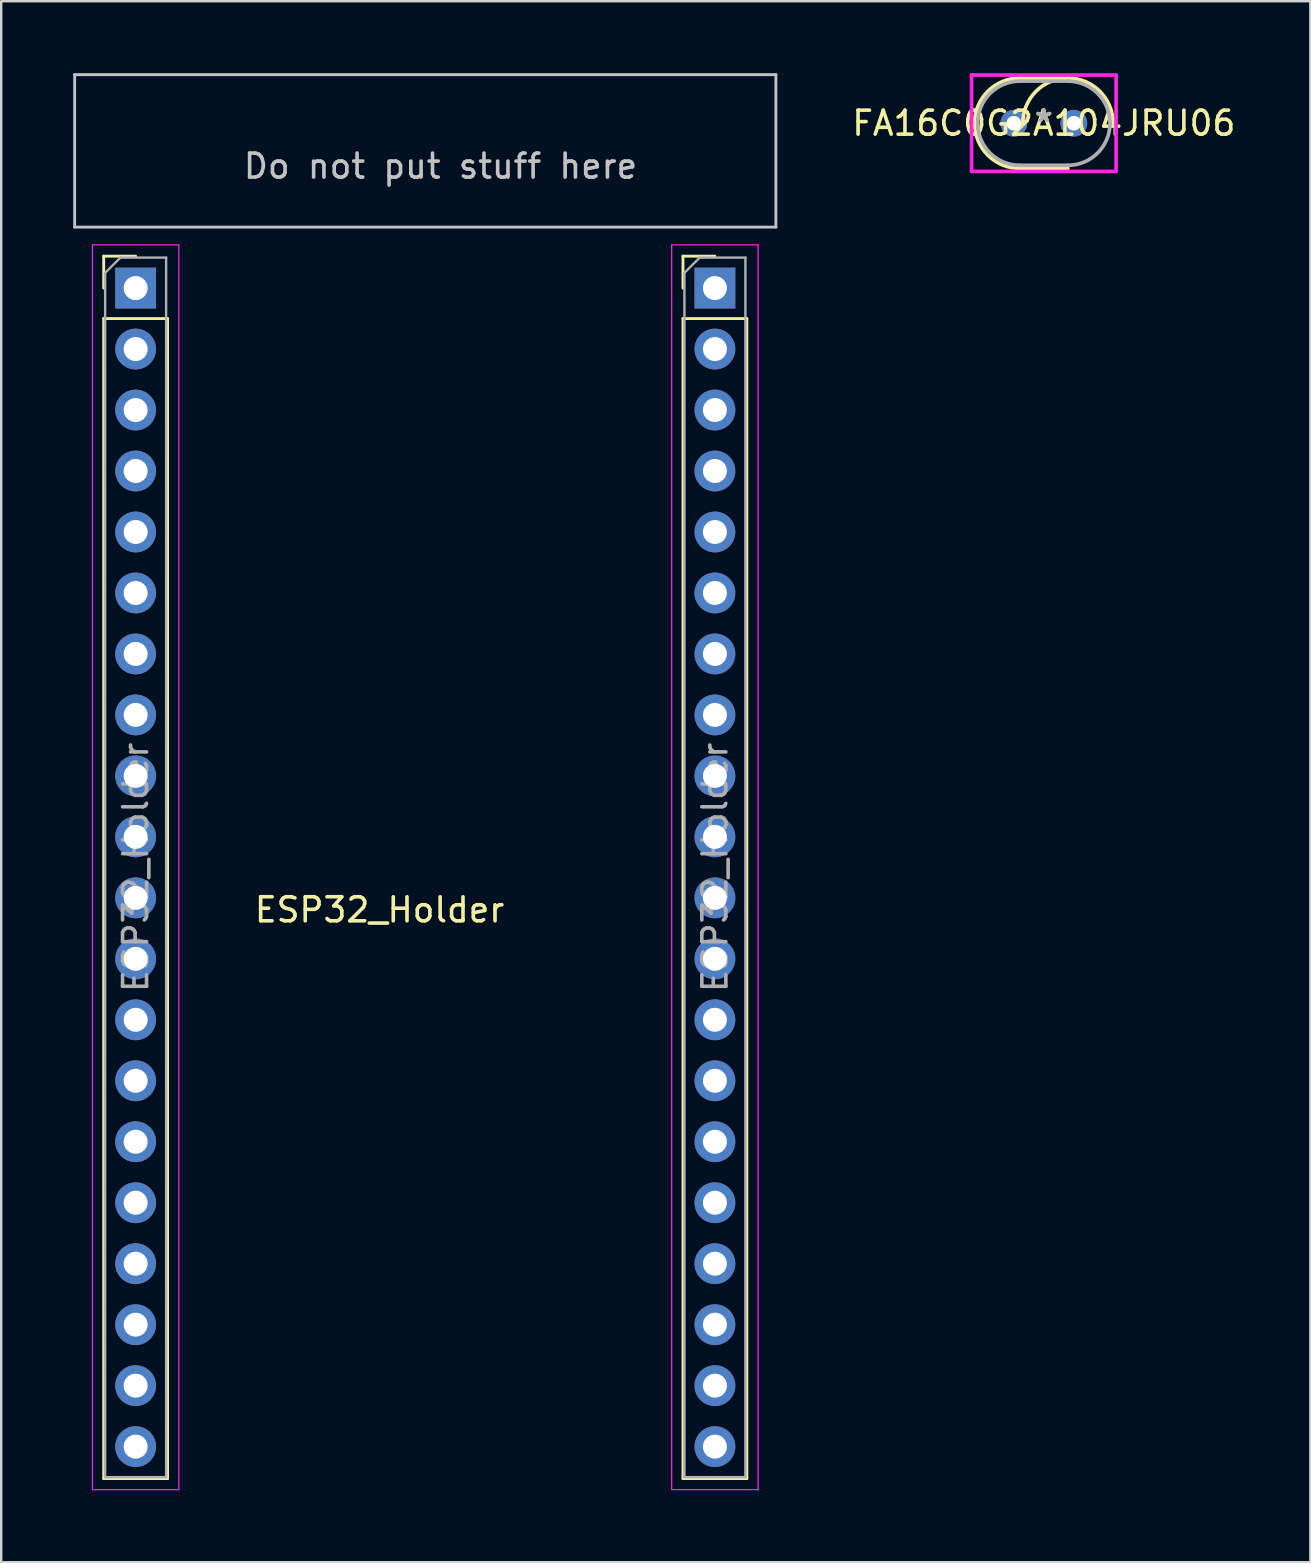
<source format=kicad_pcb>
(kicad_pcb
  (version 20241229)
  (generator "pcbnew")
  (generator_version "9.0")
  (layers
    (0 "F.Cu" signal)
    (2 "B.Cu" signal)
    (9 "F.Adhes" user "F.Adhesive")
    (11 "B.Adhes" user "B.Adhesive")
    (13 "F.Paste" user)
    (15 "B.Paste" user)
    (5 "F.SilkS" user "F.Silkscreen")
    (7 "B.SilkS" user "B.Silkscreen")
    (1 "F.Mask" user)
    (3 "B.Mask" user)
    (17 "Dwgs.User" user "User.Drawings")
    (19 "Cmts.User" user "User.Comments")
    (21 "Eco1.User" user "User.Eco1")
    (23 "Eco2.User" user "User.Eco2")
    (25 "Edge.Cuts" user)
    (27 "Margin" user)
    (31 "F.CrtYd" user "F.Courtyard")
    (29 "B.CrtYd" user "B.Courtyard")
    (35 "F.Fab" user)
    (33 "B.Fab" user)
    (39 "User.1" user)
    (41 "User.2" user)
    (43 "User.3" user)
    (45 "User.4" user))
  (footprint "ESP32_Holder"
    (layer "F.Cu")
    (at 15.3 34.35)
    (property "Reference" "ESP32_Holder" (at -2.54 0.5 0) (layer "F.SilkS") (effects (font (size 1 1) (thickness 0.15))))
    (attr through_hole)
    (fp_line (start -14.03 -26.73) (end -12.7 -26.73) (stroke (width 0.12) (type solid)) (layer "F.SilkS"))
    (fp_line (start -14.03 -25.4) (end -14.03 -26.73) (stroke (width 0.12) (type solid)) (layer "F.SilkS"))
    (fp_line (start -14.03 -24.13) (end -14.03 24.19) (stroke (width 0.12) (type solid)) (layer "F.SilkS"))
    (fp_line (start -14.03 -24.13) (end -11.37 -24.13) (stroke (width 0.12) (type solid)) (layer "F.SilkS"))
    (fp_line (start -14.03 24.19) (end -11.37 24.19) (stroke (width 0.12) (type solid)) (layer "F.SilkS"))
    (fp_line (start -11.37 -24.13) (end -11.37 24.19) (stroke (width 0.12) (type solid)) (layer "F.SilkS"))
    (fp_line (start 10.1 -26.73) (end 11.43 -26.73) (stroke (width 0.12) (type solid)) (layer "F.SilkS"))
    (fp_line (start 10.1 -25.4) (end 10.1 -26.73) (stroke (width 0.12) (type solid)) (layer "F.SilkS"))
    (fp_line (start 10.1 -24.13) (end 10.1 24.19) (stroke (width 0.12) (type solid)) (layer "F.SilkS"))
    (fp_line (start 10.1 -24.13) (end 12.76 -24.13) (stroke (width 0.12) (type solid)) (layer "F.SilkS"))
    (fp_line (start 10.1 24.19) (end 12.76 24.19) (stroke (width 0.12) (type solid)) (layer "F.SilkS"))
    (fp_line (start 12.76 -24.13) (end 12.76 24.19) (stroke (width 0.12) (type solid)) (layer "F.SilkS"))
    (fp_line (start -15.24 -34.29) (end 13.97 -34.29) (stroke (width 0.12) (type solid)) (layer "Dwgs.User"))
    (fp_line (start -15.24 -27.94) (end -15.24 -34.29) (stroke (width 0.12) (type solid)) (layer "Dwgs.User"))
    (fp_line (start 13.97 -34.29) (end 13.97 -27.94) (stroke (width 0.12) (type solid)) (layer "Dwgs.User"))
    (fp_line (start 13.97 -27.94) (end -15.24 -27.94) (stroke (width 0.12) (type solid)) (layer "Dwgs.User"))
    (fp_line (start -14.5 -27.2) (end -14.5 24.65) (stroke (width 0.05) (type solid)) (layer "F.CrtYd"))
    (fp_line (start -14.5 24.65) (end -10.9 24.65) (stroke (width 0.05) (type solid)) (layer "F.CrtYd"))
    (fp_line (start -10.9 -27.2) (end -14.5 -27.2) (stroke (width 0.05) (type solid)) (layer "F.CrtYd"))
    (fp_line (start -10.9 24.65) (end -10.9 -27.2) (stroke (width 0.05) (type solid)) (layer "F.CrtYd"))
    (fp_line (start 9.63 -27.2) (end 9.63 24.65) (stroke (width 0.05) (type solid)) (layer "F.CrtYd"))
    (fp_line (start 9.63 24.65) (end 13.23 24.65) (stroke (width 0.05) (type solid)) (layer "F.CrtYd"))
    (fp_line (start 13.23 -27.2) (end 9.63 -27.2) (stroke (width 0.05) (type solid)) (layer "F.CrtYd"))
    (fp_line (start 13.23 24.65) (end 13.23 -27.2) (stroke (width 0.05) (type solid)) (layer "F.CrtYd"))
    (fp_line (start -13.97 -26.035) (end -13.335 -26.67) (stroke (width 0.1) (type solid)) (layer "F.Fab"))
    (fp_line (start -13.97 24.13) (end -13.97 -26.035) (stroke (width 0.1) (type solid)) (layer "F.Fab"))
    (fp_line (start -13.335 -26.67) (end -11.43 -26.67) (stroke (width 0.1) (type solid)) (layer "F.Fab"))
    (fp_line (start -11.43 -26.67) (end -11.43 24.13) (stroke (width 0.1) (type solid)) (layer "F.Fab"))
    (fp_line (start -11.43 24.13) (end -13.97 24.13) (stroke (width 0.1) (type solid)) (layer "F.Fab"))
    (fp_line (start 10.16 -26.035) (end 10.795 -26.67) (stroke (width 0.1) (type solid)) (layer "F.Fab"))
    (fp_line (start 10.16 24.13) (end 10.16 -26.035) (stroke (width 0.1) (type solid)) (layer "F.Fab"))
    (fp_line (start 10.795 -26.67) (end 12.7 -26.67) (stroke (width 0.1) (type solid)) (layer "F.Fab"))
    (fp_line (start 12.7 -26.67) (end 12.7 24.13) (stroke (width 0.1) (type solid)) (layer "F.Fab"))
    (fp_line (start 12.7 24.13) (end 10.16 24.13) (stroke (width 0.1) (type solid)) (layer "F.Fab"))
    (fp_text user "Do not put stuff here" (at 0 -30.48 0) (layer "Dwgs.User") (effects (font (size 1 1) (thickness 0.15))))
    (fp_text user "${REFERENCE}" (at -12.7 -1.27 90) (layer "F.Fab") (effects (font (size 1 1) (thickness 0.15))))
    (fp_text user "${REFERENCE}" (at 11.43 -1.27 90) (layer "F.Fab") (effects (font (size 1 1) (thickness 0.15))))
    (pad "1" thru_hole rect (at -12.7 -25.4) (size 1.7 1.7) (drill 1) (layers "*.Cu" "*.Mask"))
    (pad "2" thru_hole oval (at -12.7 -22.86) (size 1.7 1.7) (drill 1) (layers "*.Cu" "*.Mask"))
    (pad "3" thru_hole oval (at -12.7 -20.32) (size 1.7 1.7) (drill 1) (layers "*.Cu" "*.Mask"))
    (pad "4" thru_hole oval (at -12.7 -17.78) (size 1.7 1.7) (drill 1) (layers "*.Cu" "*.Mask"))
    (pad "5" thru_hole oval (at -12.7 -15.24) (size 1.7 1.7) (drill 1) (layers "*.Cu" "*.Mask"))
    (pad "6" thru_hole oval (at -12.7 -12.7) (size 1.7 1.7) (drill 1) (layers "*.Cu" "*.Mask"))
    (pad "7" thru_hole oval (at -12.7 -10.16) (size 1.7 1.7) (drill 1) (layers "*.Cu" "*.Mask"))
    (pad "8" thru_hole oval (at -12.7 -7.62) (size 1.7 1.7) (drill 1) (layers "*.Cu" "*.Mask"))
    (pad "9" thru_hole oval (at -12.7 -5.08) (size 1.7 1.7) (drill 1) (layers "*.Cu" "*.Mask"))
    (pad "10" thru_hole oval (at -12.7 -2.54) (size 1.7 1.7) (drill 1) (layers "*.Cu" "*.Mask"))
    (pad "11" thru_hole oval (at -12.7 0) (size 1.7 1.7) (drill 1) (layers "*.Cu" "*.Mask"))
    (pad "12" thru_hole oval (at -12.7 2.54) (size 1.7 1.7) (drill 1) (layers "*.Cu" "*.Mask"))
    (pad "13" thru_hole oval (at -12.7 5.08) (size 1.7 1.7) (drill 1) (layers "*.Cu" "*.Mask"))
    (pad "14" thru_hole oval (at -12.7 7.62) (size 1.7 1.7) (drill 1) (layers "*.Cu" "*.Mask"))
    (pad "15" thru_hole oval (at -12.7 10.16) (size 1.7 1.7) (drill 1) (layers "*.Cu" "*.Mask"))
    (pad "16" thru_hole oval (at -12.7 12.7) (size 1.7 1.7) (drill 1) (layers "*.Cu" "*.Mask"))
    (pad "17" thru_hole oval (at -12.7 15.24) (size 1.7 1.7) (drill 1) (layers "*.Cu" "*.Mask"))
    (pad "18" thru_hole oval (at -12.7 17.78) (size 1.7 1.7) (drill 1) (layers "*.Cu" "*.Mask"))
    (pad "19" thru_hole oval (at -12.7 20.32) (size 1.7 1.7) (drill 1) (layers "*.Cu" "*.Mask"))
    (pad "20" thru_hole oval (at -12.7 22.86) (size 1.7 1.7) (drill 1) (layers "*.Cu" "*.Mask"))
    (pad "21" thru_hole rect (at 11.43 -25.4) (size 1.7 1.7) (drill 1) (layers "*.Cu" "*.Mask"))
    (pad "22" thru_hole oval (at 11.43 -22.86) (size 1.7 1.7) (drill 1) (layers "*.Cu" "*.Mask"))
    (pad "23" thru_hole oval (at 11.43 -20.32) (size 1.7 1.7) (drill 1) (layers "*.Cu" "*.Mask"))
    (pad "24" thru_hole oval (at 11.43 -17.78) (size 1.7 1.7) (drill 1) (layers "*.Cu" "*.Mask"))
    (pad "25" thru_hole oval (at 11.43 -15.24) (size 1.7 1.7) (drill 1) (layers "*.Cu" "*.Mask"))
    (pad "26" thru_hole oval (at 11.43 -12.7) (size 1.7 1.7) (drill 1) (layers "*.Cu" "*.Mask"))
    (pad "27" thru_hole oval (at 11.43 -10.16) (size 1.7 1.7) (drill 1) (layers "*.Cu" "*.Mask"))
    (pad "28" thru_hole oval (at 11.43 -7.62) (size 1.7 1.7) (drill 1) (layers "*.Cu" "*.Mask"))
    (pad "29" thru_hole oval (at 11.43 -5.08) (size 1.7 1.7) (drill 1) (layers "*.Cu" "*.Mask"))
    (pad "30" thru_hole oval (at 11.43 -2.54) (size 1.7 1.7) (drill 1) (layers "*.Cu" "*.Mask"))
    (pad "31" thru_hole oval (at 11.43 0) (size 1.7 1.7) (drill 1) (layers "*.Cu" "*.Mask"))
    (pad "32" thru_hole oval (at 11.43 2.54) (size 1.7 1.7) (drill 1) (layers "*.Cu" "*.Mask"))
    (pad "33" thru_hole oval (at 11.43 5.08) (size 1.7 1.7) (drill 1) (layers "*.Cu" "*.Mask"))
    (pad "34" thru_hole oval (at 11.43 7.62) (size 1.7 1.7) (drill 1) (layers "*.Cu" "*.Mask"))
    (pad "35" thru_hole oval (at 11.43 10.16) (size 1.7 1.7) (drill 1) (layers "*.Cu" "*.Mask"))
    (pad "36" thru_hole oval (at 11.43 12.7) (size 1.7 1.7) (drill 1) (layers "*.Cu" "*.Mask"))
    (pad "37" thru_hole oval (at 11.43 15.24) (size 1.7 1.7) (drill 1) (layers "*.Cu" "*.Mask"))
    (pad "38" thru_hole oval (at 11.43 17.78) (size 1.7 1.7) (drill 1) (layers "*.Cu" "*.Mask"))
    (pad "39" thru_hole oval (at 11.43 20.32) (size 1.7 1.7) (drill 1) (layers "*.Cu" "*.Mask"))
    (pad "40" thru_hole oval (at 11.43 22.86) (size 1.7 1.7) (drill 1) (layers "*.Cu" "*.Mask")))
  (footprint "FA16C0G2A104JRU06"
    (layer "F.Cu")
    (at 40.431 2.083)
    (property "Reference" "FA16C0G2A104JRU06" (at 0 0 0) (layer "F.SilkS") (effects (font (size 1 1) (thickness 0.15))))
    (attr through_hole)
    (fp_line (start -1.003 -1.88) (end 1.003 -1.88) (stroke (width 0.152) (type solid)) (layer "F.SilkS"))
    (fp_line (start -1.003 1.88) (end 1.003 1.88) (stroke (width 0.152) (type solid)) (layer "F.SilkS"))
    (fp_arc (start -1.0033 1.8796) (mid -2.8829 0) (end -1.0033 -1.8796) (stroke (width 0.1524) (type solid)) (layer "F.SilkS"))
    (fp_arc (start -0.8763 0) (mid -0.325778 -1.329078) (end 1.0033 -1.8796) (stroke (width 0.1524) (type solid)) (layer "F.SilkS"))
    (fp_arc (start 1.0033 -1.8796) (mid 2.332378 -1.329078) (end 2.8829 0) (stroke (width 0.1524) (type solid)) (layer "F.SilkS"))
    (fp_line (start -3.01 -2.007) (end 3.01 -2.007) (stroke (width 0.152) (type solid)) (layer "F.CrtYd"))
    (fp_line (start -3.01 2.007) (end -3.01 -2.007) (stroke (width 0.152) (type solid)) (layer "F.CrtYd"))
    (fp_line (start 3.01 -2.007) (end 3.01 2.007) (stroke (width 0.152) (type solid)) (layer "F.CrtYd"))
    (fp_line (start 3.01 2.007) (end -3.01 2.007) (stroke (width 0.152) (type solid)) (layer "F.CrtYd"))
    (fp_line (start -1.003 -1.753) (end 1.003 -1.753) (stroke (width 0.152) (type solid)) (layer "F.Fab"))
    (fp_line (start -1.003 1.753) (end 1.003 1.753) (stroke (width 0.152) (type solid)) (layer "F.Fab"))
    (fp_arc (start -1.0033 1.7526) (mid -2.7559 0) (end -1.0033 -1.7526) (stroke (width 0.1524) (type solid)) (layer "F.Fab"))
    (fp_arc (start 1.0033 -1.7526) (mid 2.7559 0) (end 1.0033 1.7526) (stroke (width 0.1524) (type solid)) (layer "F.Fab"))
    (fp_text user "*" (at 0 0 0) (layer "F.SilkS") (effects (font (size 1 1) (thickness 0.15))))
    (fp_text user "Copyright 2016 Accelerated Designs. All rights reserved." (at 0 0 0) (layer "Cmts.User") (effects (font (size 0.127 0.127) (thickness 0.002))))
    (fp_text user "*" (at 0 0 0) (layer "F.Fab") (effects (font (size 1 1) (thickness 0.15))))
    (pad "1" thru_hole circle (at -1.25 0) (size 1.118 1.118) (drill 0.61) (layers "*.Cu" "*.Mask"))
    (pad "2" thru_hole circle (at 1.25 0) (size 1.118 1.118) (drill 0.61) (layers "*.Cu" "*.Mask")))
  (gr_rect
    (start -3 -3)
    (end 51.532 62.025)
    (stroke (width 0.1) (type default))
    (fill no)
    (layer "Edge.Cuts")))
</source>
